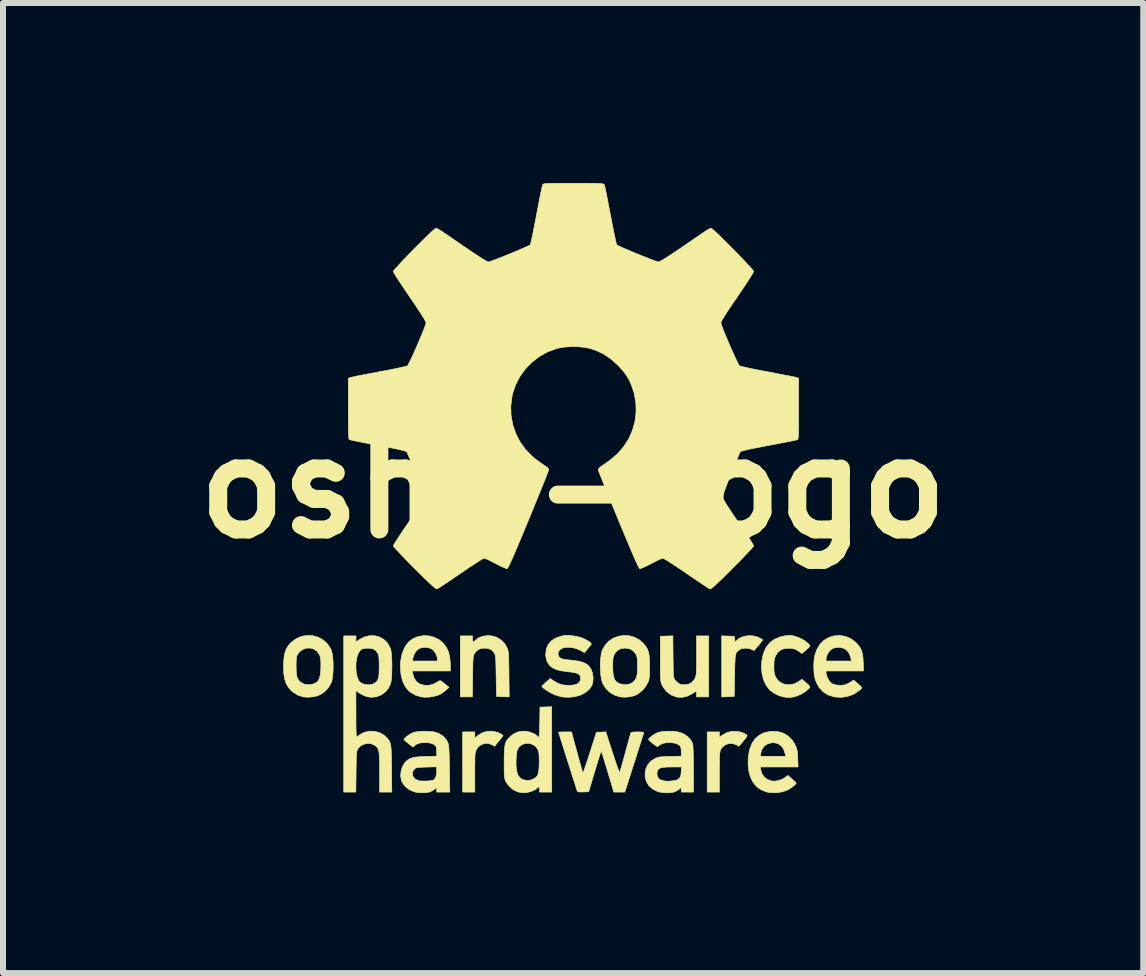
<source format=kicad_pcb>
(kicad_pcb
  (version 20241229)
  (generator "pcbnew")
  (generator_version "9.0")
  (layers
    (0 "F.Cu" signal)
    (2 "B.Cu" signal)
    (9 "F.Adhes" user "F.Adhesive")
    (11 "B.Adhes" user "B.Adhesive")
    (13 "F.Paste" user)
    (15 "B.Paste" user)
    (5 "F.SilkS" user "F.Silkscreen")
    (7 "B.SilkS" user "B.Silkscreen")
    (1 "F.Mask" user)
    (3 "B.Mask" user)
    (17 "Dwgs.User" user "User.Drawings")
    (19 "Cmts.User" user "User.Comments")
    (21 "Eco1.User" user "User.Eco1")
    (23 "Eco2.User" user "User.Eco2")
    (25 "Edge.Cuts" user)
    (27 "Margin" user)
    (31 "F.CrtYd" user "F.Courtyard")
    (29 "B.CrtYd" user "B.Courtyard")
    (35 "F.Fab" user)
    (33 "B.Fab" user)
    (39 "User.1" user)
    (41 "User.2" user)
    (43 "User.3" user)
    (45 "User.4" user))
  (footprint "oshw-logo"
    (layer "F.Cu")
    (at 6.502 5.085)
    (property "Reference" "oshw-logo" (at 0 0 0) (layer "F.SilkS") (effects (font (size 1.524 1.524) (thickness 0.3))))
    (attr through_hole)
    (fp_poly (pts (xy 2.821 4.074) (xy 2.894 4.113) (xy 2.9 4.122) (xy 2.894 4.14) (xy 2.875 4.169) (xy 2.84 4.212) (xy 2.839 4.214) (xy 2.765 4.303) (xy 2.716 4.277) (xy 2.652 4.257) (xy 2.588 4.26) (xy 2.529 4.283) (xy 2.481 4.326) (xy 2.461 4.357) (xy 2.454 4.373) (xy 2.449 4.393) (xy 2.445 4.42) (xy 2.442 4.458) (xy 2.44 4.51) (xy 2.439 4.579) (xy 2.438 4.667) (xy 2.438 4.734) (xy 2.438 5.067) (xy 2.235 5.067) (xy 2.235 4.064) (xy 2.438 4.064) (xy 2.438 4.154) (xy 2.483 4.12) (xy 2.56 4.077) (xy 2.646 4.054) (xy 2.735 4.054) (xy 2.821 4.074)) (stroke (width 0.01) (type solid)) (fill yes) (layer "F.SilkS"))
    (fp_poly (pts (xy -1.262 4.071) (xy -1.235 4.083) (xy -1.199 4.101) (xy -1.175 4.117) (xy -1.168 4.124) (xy -1.176 4.138) (xy -1.196 4.166) (xy -1.226 4.203) (xy -1.239 4.219) (xy -1.309 4.304) (xy -1.35 4.279) (xy -1.41 4.257) (xy -1.472 4.256) (xy -1.531 4.276) (xy -1.581 4.315) (xy -1.61 4.356) (xy -1.618 4.374) (xy -1.625 4.392) (xy -1.63 4.414) (xy -1.634 4.443) (xy -1.636 4.482) (xy -1.637 4.535) (xy -1.638 4.606) (xy -1.638 4.696) (xy -1.638 4.74) (xy -1.638 5.067) (xy -1.841 5.067) (xy -1.841 4.064) (xy -1.638 4.064) (xy -1.638 4.168) (xy -1.588 4.124) (xy -1.516 4.079) (xy -1.435 4.055) (xy -1.348 4.052) (xy -1.262 4.071)) (stroke (width 0.01) (type solid)) (fill yes) (layer "F.SilkS"))
    (fp_poly (pts (xy 2.989 2.461) (xy 3.065 2.478) (xy 3.121 2.504) (xy 3.162 2.529) (xy 3.138 2.563) (xy 3.115 2.592) (xy 3.084 2.63) (xy 3.064 2.653) (xy 3.015 2.709) (xy 2.975 2.688) (xy 2.924 2.672) (xy 2.866 2.668) (xy 2.811 2.676) (xy 2.777 2.691) (xy 2.755 2.706) (xy 2.738 2.721) (xy 2.724 2.738) (xy 2.714 2.761) (xy 2.707 2.793) (xy 2.701 2.837) (xy 2.698 2.896) (xy 2.695 2.973) (xy 2.693 3.07) (xy 2.692 3.124) (xy 2.686 3.473) (xy 2.581 3.477) (xy 2.477 3.481) (xy 2.477 2.463) (xy 2.686 2.47) (xy 2.692 2.52) (xy 2.697 2.55) (xy 2.704 2.559) (xy 2.714 2.551) (xy 2.716 2.549) (xy 2.767 2.505) (xy 2.834 2.476) (xy 2.91 2.461) (xy 2.989 2.461)) (stroke (width 0.01) (type solid)) (fill yes) (layer "F.SilkS"))
    (fp_poly (pts (xy 1.666 2.812) (xy 1.668 2.915) (xy 1.669 2.997) (xy 1.67 3.059) (xy 1.673 3.105) (xy 1.676 3.138) (xy 1.68 3.161) (xy 1.685 3.177) (xy 1.692 3.189) (xy 1.696 3.196) (xy 1.739 3.243) (xy 1.785 3.269) (xy 1.842 3.278) (xy 1.852 3.279) (xy 1.922 3.27) (xy 1.977 3.242) (xy 2.019 3.192) (xy 2.029 3.175) (xy 2.038 3.157) (xy 2.044 3.139) (xy 2.049 3.117) (xy 2.053 3.088) (xy 2.055 3.049) (xy 2.057 2.996) (xy 2.057 2.926) (xy 2.057 2.835) (xy 2.057 2.791) (xy 2.057 2.464) (xy 2.261 2.464) (xy 2.261 3.48) (xy 2.057 3.48) (xy 2.057 3.38) (xy 1.994 3.422) (xy 1.911 3.466) (xy 1.825 3.487) (xy 1.74 3.485) (xy 1.721 3.481) (xy 1.633 3.447) (xy 1.559 3.392) (xy 1.502 3.319) (xy 1.483 3.283) (xy 1.475 3.264) (xy 1.468 3.245) (xy 1.463 3.224) (xy 1.46 3.196) (xy 1.457 3.16) (xy 1.456 3.111) (xy 1.455 3.046) (xy 1.454 2.963) (xy 1.454 2.858) (xy 1.454 2.845) (xy 1.454 2.47) (xy 1.558 2.466) (xy 1.663 2.463) (xy 1.666 2.812)) (stroke (width 0.01) (type solid)) (fill yes) (layer "F.SilkS"))
    (fp_poly (pts (xy -1.352 2.464) (xy -1.28 2.485) (xy -1.264 2.492) (xy -1.193 2.538) (xy -1.14 2.594) (xy -1.102 2.661) (xy -1.094 2.68) (xy -1.087 2.699) (xy -1.082 2.721) (xy -1.078 2.75) (xy -1.075 2.788) (xy -1.073 2.838) (xy -1.072 2.905) (xy -1.07 2.99) (xy -1.069 3.097) (xy -1.069 3.103) (xy -1.065 3.481) (xy -1.171 3.477) (xy -1.276 3.473) (xy -1.283 3.131) (xy -1.285 3.027) (xy -1.287 2.945) (xy -1.289 2.883) (xy -1.292 2.836) (xy -1.296 2.803) (xy -1.3 2.779) (xy -1.306 2.761) (xy -1.313 2.748) (xy -1.353 2.702) (xy -1.407 2.675) (xy -1.473 2.667) (xy -1.541 2.675) (xy -1.593 2.699) (xy -1.635 2.744) (xy -1.64 2.752) (xy -1.649 2.768) (xy -1.656 2.783) (xy -1.662 2.802) (xy -1.665 2.828) (xy -1.668 2.864) (xy -1.67 2.914) (xy -1.672 2.98) (xy -1.673 3.066) (xy -1.674 3.14) (xy -1.678 3.48) (xy -1.88 3.48) (xy -1.88 2.464) (xy -1.676 2.464) (xy -1.676 2.515) (xy -1.674 2.551) (xy -1.664 2.563) (xy -1.645 2.553) (xy -1.626 2.534) (xy -1.573 2.495) (xy -1.506 2.47) (xy -1.43 2.459) (xy -1.352 2.464)) (stroke (width 0.01) (type solid)) (fill yes) (layer "F.SilkS"))
    (fp_poly (pts (xy -2.402 2.463) (xy -2.312 2.487) (xy -2.229 2.53) (xy -2.174 2.576) (xy -2.12 2.642) (xy -2.081 2.719) (xy -2.057 2.81) (xy -2.046 2.919) (xy -2.045 2.969) (xy -2.045 3.048) (xy -2.681 3.048) (xy -2.672 3.096) (xy -2.649 3.168) (xy -2.61 3.226) (xy -2.559 3.264) (xy -2.485 3.286) (xy -2.405 3.287) (xy -2.324 3.266) (xy -2.247 3.225) (xy -2.241 3.22) (xy -2.226 3.211) (xy -2.211 3.211) (xy -2.191 3.223) (xy -2.159 3.247) (xy -2.142 3.261) (xy -2.069 3.321) (xy -2.127 3.374) (xy -2.172 3.409) (xy -2.223 3.439) (xy -2.252 3.452) (xy -2.323 3.472) (xy -2.403 3.484) (xy -2.482 3.486) (xy -2.538 3.479) (xy -2.626 3.451) (xy -2.705 3.407) (xy -2.752 3.367) (xy -2.805 3.297) (xy -2.844 3.21) (xy -2.868 3.111) (xy -2.879 3.007) (xy -2.876 2.9) (xy -2.873 2.883) (xy -2.679 2.883) (xy -2.261 2.883) (xy -2.261 2.847) (xy -2.271 2.798) (xy -2.296 2.746) (xy -2.332 2.701) (xy -2.362 2.678) (xy -2.421 2.658) (xy -2.486 2.655) (xy -2.547 2.667) (xy -2.579 2.683) (xy -2.625 2.727) (xy -2.658 2.79) (xy -2.672 2.842) (xy -2.679 2.883) (xy -2.873 2.883) (xy -2.859 2.796) (xy -2.828 2.7) (xy -2.784 2.617) (xy -2.742 2.566) (xy -2.669 2.51) (xy -2.585 2.475) (xy -2.495 2.459) (xy -2.402 2.463)) (stroke (width 0.01) (type solid)) (fill yes) (layer "F.SilkS"))
    (fp_poly (pts (xy 3.41 4.058) (xy 3.504 4.085) (xy 3.585 4.133) (xy 3.653 4.202) (xy 3.697 4.274) (xy 3.716 4.314) (xy 3.728 4.348) (xy 3.736 4.385) (xy 3.741 4.431) (xy 3.744 4.493) (xy 3.744 4.504) (xy 3.75 4.648) (xy 3.121 4.648) (xy 3.128 4.701) (xy 3.149 4.766) (xy 3.19 4.82) (xy 3.247 4.861) (xy 3.315 4.883) (xy 3.371 4.884) (xy 3.435 4.871) (xy 3.497 4.847) (xy 3.541 4.82) (xy 3.578 4.789) (xy 3.646 4.847) (xy 3.681 4.877) (xy 3.706 4.901) (xy 3.718 4.914) (xy 3.718 4.915) (xy 3.712 4.93) (xy 3.689 4.954) (xy 3.653 4.981) (xy 3.612 5.01) (xy 3.569 5.034) (xy 3.557 5.04) (xy 3.493 5.061) (xy 3.417 5.074) (xy 3.338 5.078) (xy 3.264 5.073) (xy 3.219 5.063) (xy 3.138 5.03) (xy 3.074 4.988) (xy 3.022 4.933) (xy 2.991 4.889) (xy 2.954 4.81) (xy 2.928 4.714) (xy 2.916 4.607) (xy 2.919 4.494) (xy 2.921 4.472) (xy 2.921 4.47) (xy 3.121 4.47) (xy 3.543 4.47) (xy 3.535 4.429) (xy 3.51 4.354) (xy 3.47 4.297) (xy 3.416 4.26) (xy 3.35 4.244) (xy 3.312 4.245) (xy 3.242 4.263) (xy 3.186 4.301) (xy 3.147 4.355) (xy 3.128 4.418) (xy 3.121 4.47) (xy 2.921 4.47) (xy 2.943 4.355) (xy 2.982 4.256) (xy 3.037 4.176) (xy 3.108 4.115) (xy 3.192 4.075) (xy 3.291 4.055) (xy 3.304 4.054) (xy 3.41 4.058)) (stroke (width 0.01) (type solid)) (fill yes) (layer "F.SilkS"))
    (fp_poly (pts (xy 4.543 2.473) (xy 4.634 2.514) (xy 4.71 2.571) (xy 4.758 2.623) (xy 4.793 2.676) (xy 4.816 2.738) (xy 4.83 2.813) (xy 4.836 2.905) (xy 4.841 3.048) (xy 4.216 3.048) (xy 4.216 3.083) (xy 4.225 3.127) (xy 4.247 3.177) (xy 4.277 3.224) (xy 4.308 3.256) (xy 4.348 3.274) (xy 4.403 3.285) (xy 4.463 3.288) (xy 4.518 3.282) (xy 4.538 3.277) (xy 4.579 3.26) (xy 4.622 3.236) (xy 4.629 3.231) (xy 4.675 3.2) (xy 4.744 3.259) (xy 4.778 3.289) (xy 4.803 3.314) (xy 4.813 3.328) (xy 4.813 3.328) (xy 4.804 3.342) (xy 4.782 3.364) (xy 4.768 3.375) (xy 4.676 3.435) (xy 4.574 3.473) (xy 4.465 3.489) (xy 4.356 3.481) (xy 4.35 3.479) (xy 4.251 3.448) (xy 4.169 3.396) (xy 4.102 3.325) (xy 4.053 3.236) (xy 4.027 3.157) (xy 4.018 3.103) (xy 4.013 3.033) (xy 4.012 2.957) (xy 4.015 2.884) (xy 4.019 2.847) (xy 4.216 2.847) (xy 4.216 2.883) (xy 4.638 2.883) (xy 4.63 2.835) (xy 4.606 2.762) (xy 4.565 2.707) (xy 4.509 2.67) (xy 4.441 2.655) (xy 4.427 2.654) (xy 4.369 2.66) (xy 4.32 2.677) (xy 4.318 2.678) (xy 4.279 2.71) (xy 4.245 2.757) (xy 4.223 2.809) (xy 4.216 2.847) (xy 4.019 2.847) (xy 4.021 2.823) (xy 4.024 2.807) (xy 4.059 2.699) (xy 4.11 2.61) (xy 4.177 2.541) (xy 4.259 2.491) (xy 4.346 2.464) (xy 4.446 2.456) (xy 4.543 2.473)) (stroke (width 0.01) (type solid)) (fill yes) (layer "F.SilkS"))
    (fp_poly (pts (xy 3.627 2.456) (xy 3.675 2.464) (xy 3.696 2.469) (xy 3.778 2.499) (xy 3.856 2.541) (xy 3.918 2.591) (xy 3.924 2.597) (xy 3.943 2.619) (xy 3.946 2.634) (xy 3.933 2.651) (xy 3.93 2.656) (xy 3.904 2.68) (xy 3.87 2.71) (xy 3.859 2.72) (xy 3.812 2.757) (xy 3.753 2.715) (xy 3.715 2.691) (xy 3.678 2.678) (xy 3.632 2.671) (xy 3.609 2.67) (xy 3.528 2.673) (xy 3.464 2.695) (xy 3.413 2.737) (xy 3.379 2.788) (xy 3.364 2.823) (xy 3.354 2.857) (xy 3.349 2.898) (xy 3.348 2.954) (xy 3.347 2.972) (xy 3.348 3.034) (xy 3.353 3.079) (xy 3.361 3.115) (xy 3.375 3.149) (xy 3.377 3.153) (xy 3.418 3.21) (xy 3.474 3.251) (xy 3.541 3.274) (xy 3.613 3.278) (xy 3.686 3.263) (xy 3.755 3.228) (xy 3.765 3.221) (xy 3.811 3.186) (xy 3.858 3.224) (xy 3.892 3.253) (xy 3.922 3.28) (xy 3.929 3.288) (xy 3.946 3.308) (xy 3.945 3.323) (xy 3.929 3.342) (xy 3.879 3.386) (xy 3.813 3.428) (xy 3.742 3.461) (xy 3.718 3.469) (xy 3.661 3.484) (xy 3.609 3.49) (xy 3.553 3.487) (xy 3.504 3.48) (xy 3.427 3.457) (xy 3.35 3.418) (xy 3.282 3.369) (xy 3.269 3.356) (xy 3.215 3.284) (xy 3.174 3.194) (xy 3.148 3.091) (xy 3.139 2.98) (xy 3.147 2.869) (xy 3.173 2.754) (xy 3.216 2.658) (xy 3.277 2.58) (xy 3.354 2.521) (xy 3.45 2.481) (xy 3.527 2.463) (xy 3.582 2.455) (xy 3.627 2.456)) (stroke (width 0.01) (type solid)) (fill yes) (layer "F.SilkS"))
    (fp_poly (pts (xy -4.343 2.46) (xy -4.256 2.483) (xy -4.175 2.525) (xy -4.105 2.585) (xy -4.05 2.661) (xy -4.031 2.701) (xy -4.016 2.752) (xy -4.006 2.822) (xy -4 2.904) (xy -3.999 2.991) (xy -4.002 3.077) (xy -4.01 3.155) (xy -4.022 3.217) (xy -4.031 3.244) (xy -4.077 3.324) (xy -4.14 3.392) (xy -4.215 3.443) (xy -4.267 3.464) (xy -4.343 3.48) (xy -4.425 3.486) (xy -4.497 3.48) (xy -4.588 3.451) (xy -4.672 3.399) (xy -4.703 3.37) (xy -4.75 3.315) (xy -4.785 3.253) (xy -4.808 3.179) (xy -4.822 3.089) (xy -4.826 2.98) (xy -4.826 2.972) (xy -4.616 2.972) (xy -4.615 3.054) (xy -4.609 3.115) (xy -4.598 3.161) (xy -4.579 3.197) (xy -4.552 3.226) (xy -4.532 3.242) (xy -4.476 3.269) (xy -4.41 3.278) (xy -4.343 3.27) (xy -4.282 3.243) (xy -4.282 3.243) (xy -4.25 3.213) (xy -4.227 3.17) (xy -4.213 3.11) (xy -4.205 3.031) (xy -4.204 2.971) (xy -4.204 2.905) (xy -4.207 2.857) (xy -4.212 2.822) (xy -4.221 2.794) (xy -4.232 2.769) (xy -4.272 2.716) (xy -4.324 2.682) (xy -4.384 2.666) (xy -4.446 2.668) (xy -4.506 2.689) (xy -4.559 2.728) (xy -4.59 2.769) (xy -4.602 2.791) (xy -4.609 2.816) (xy -4.614 2.85) (xy -4.616 2.897) (xy -4.616 2.964) (xy -4.616 2.972) (xy -4.826 2.972) (xy -4.822 2.863) (xy -4.811 2.775) (xy -4.79 2.702) (xy -4.757 2.641) (xy -4.713 2.586) (xy -4.693 2.567) (xy -4.613 2.509) (xy -4.526 2.472) (xy -4.435 2.456) (xy -4.343 2.46)) (stroke (width 0.01) (type solid)) (fill yes) (layer "F.SilkS"))
    (fp_poly (pts (xy 0.938 2.462) (xy 1.026 2.487) (xy 1.108 2.533) (xy 1.173 2.592) (xy 1.21 2.636) (xy 1.237 2.68) (xy 1.255 2.729) (xy 1.267 2.787) (xy 1.274 2.859) (xy 1.276 2.951) (xy 1.276 2.978) (xy 1.275 3.055) (xy 1.274 3.112) (xy 1.27 3.155) (xy 1.264 3.189) (xy 1.255 3.22) (xy 1.247 3.24) (xy 1.209 3.307) (xy 1.155 3.371) (xy 1.09 3.425) (xy 1.038 3.454) (xy 0.967 3.475) (xy 0.886 3.485) (xy 0.805 3.483) (xy 0.785 3.48) (xy 0.691 3.451) (xy 0.608 3.401) (xy 0.54 3.333) (xy 0.494 3.256) (xy 0.475 3.198) (xy 0.462 3.122) (xy 0.455 3.034) (xy 0.454 2.971) (xy 0.661 2.971) (xy 0.664 3.064) (xy 0.673 3.135) (xy 0.691 3.188) (xy 0.718 3.226) (xy 0.757 3.252) (xy 0.809 3.27) (xy 0.81 3.27) (xy 0.884 3.278) (xy 0.951 3.263) (xy 0.99 3.241) (xy 1.022 3.213) (xy 1.045 3.181) (xy 1.06 3.142) (xy 1.069 3.089) (xy 1.073 3.018) (xy 1.073 2.972) (xy 1.073 2.903) (xy 1.071 2.854) (xy 1.066 2.819) (xy 1.059 2.793) (xy 1.048 2.771) (xy 1.047 2.769) (xy 1.001 2.713) (xy 0.943 2.679) (xy 0.873 2.667) (xy 0.871 2.667) (xy 0.798 2.676) (xy 0.74 2.705) (xy 0.697 2.754) (xy 0.689 2.769) (xy 0.676 2.797) (xy 0.668 2.826) (xy 0.663 2.862) (xy 0.661 2.911) (xy 0.661 2.971) (xy 0.454 2.971) (xy 0.454 2.943) (xy 0.458 2.853) (xy 0.468 2.773) (xy 0.484 2.709) (xy 0.489 2.697) (xy 0.536 2.615) (xy 0.599 2.549) (xy 0.674 2.5) (xy 0.759 2.469) (xy 0.848 2.456) (xy 0.938 2.462)) (stroke (width 0.01) (type solid)) (fill yes) (layer "F.SilkS"))
    (fp_poly (pts (xy -0.356 5.067) (xy -0.559 5.067) (xy -0.559 5.023) (xy -0.562 4.99) (xy -0.573 4.98) (xy -0.594 4.994) (xy -0.603 5.004) (xy -0.636 5.028) (xy -0.686 5.051) (xy -0.743 5.068) (xy -0.799 5.078) (xy -0.823 5.079) (xy -0.873 5.074) (xy -0.924 5.063) (xy -0.935 5.059) (xy -1.002 5.024) (xy -1.064 4.971) (xy -1.112 4.908) (xy -1.12 4.893) (xy -1.13 4.871) (xy -1.137 4.85) (xy -1.142 4.825) (xy -1.146 4.793) (xy -1.148 4.749) (xy -1.149 4.689) (xy -1.149 4.627) (xy -0.951 4.627) (xy -0.941 4.712) (xy -0.922 4.777) (xy -0.891 4.824) (xy -0.849 4.854) (xy -0.836 4.86) (xy -0.769 4.874) (xy -0.707 4.867) (xy -0.666 4.851) (xy -0.629 4.829) (xy -0.602 4.803) (xy -0.584 4.768) (xy -0.573 4.72) (xy -0.567 4.655) (xy -0.565 4.569) (xy -0.565 4.566) (xy -0.566 4.495) (xy -0.568 4.443) (xy -0.572 4.406) (xy -0.579 4.378) (xy -0.59 4.353) (xy -0.591 4.35) (xy -0.629 4.301) (xy -0.68 4.27) (xy -0.738 4.255) (xy -0.798 4.257) (xy -0.854 4.277) (xy -0.9 4.314) (xy -0.922 4.346) (xy -0.936 4.386) (xy -0.945 4.447) (xy -0.95 4.519) (xy -0.951 4.627) (xy -1.149 4.627) (xy -1.149 4.609) (xy -1.149 4.572) (xy -1.149 4.468) (xy -1.146 4.386) (xy -1.141 4.322) (xy -1.132 4.271) (xy -1.119 4.231) (xy -1.1 4.198) (xy -1.074 4.168) (xy -1.042 4.137) (xy -0.978 4.089) (xy -0.91 4.062) (xy -0.83 4.052) (xy -0.811 4.051) (xy -0.756 4.058) (xy -0.697 4.075) (xy -0.643 4.098) (xy -0.604 4.126) (xy -0.599 4.132) (xy -0.58 4.149) (xy -0.57 4.153) (xy -0.567 4.141) (xy -0.563 4.107) (xy -0.56 4.056) (xy -0.558 3.991) (xy -0.556 3.915) (xy -0.556 3.902) (xy -0.552 3.651) (xy -0.454 3.648) (xy -0.356 3.644) (xy -0.356 5.067)) (stroke (width 0.01) (type solid)) (fill yes) (layer "F.SilkS"))
    (fp_poly (pts (xy -0.022 2.46) (xy 0.05 2.471) (xy 0.117 2.486) (xy 0.163 2.503) (xy 0.212 2.526) (xy 0.255 2.551) (xy 0.287 2.574) (xy 0.304 2.592) (xy 0.305 2.595) (xy 0.297 2.609) (xy 0.277 2.637) (xy 0.248 2.672) (xy 0.247 2.674) (xy 0.188 2.742) (xy 0.118 2.702) (xy 0.055 2.676) (xy -0.016 2.659) (xy -0.087 2.653) (xy -0.15 2.659) (xy -0.189 2.672) (xy -0.228 2.703) (xy -0.249 2.742) (xy -0.25 2.782) (xy -0.231 2.818) (xy -0.204 2.838) (xy -0.173 2.849) (xy -0.126 2.858) (xy -0.074 2.864) (xy -0.074 2.864) (xy 0.032 2.875) (xy 0.115 2.89) (xy 0.18 2.911) (xy 0.231 2.938) (xy 0.27 2.975) (xy 0.3 3.021) (xy 0.303 3.026) (xy 0.325 3.091) (xy 0.334 3.165) (xy 0.329 3.237) (xy 0.311 3.293) (xy 0.268 3.356) (xy 0.205 3.408) (xy 0.126 3.449) (xy 0.036 3.475) (xy -0.063 3.487) (xy -0.165 3.483) (xy -0.191 3.479) (xy -0.24 3.466) (xy -0.298 3.447) (xy -0.341 3.429) (xy -0.387 3.405) (xy -0.434 3.377) (xy -0.475 3.349) (xy -0.506 3.324) (xy -0.52 3.307) (xy -0.521 3.304) (xy -0.512 3.292) (xy -0.488 3.269) (xy -0.455 3.238) (xy -0.451 3.235) (xy -0.381 3.174) (xy -0.324 3.213) (xy -0.247 3.257) (xy -0.168 3.281) (xy -0.078 3.289) (xy -0.074 3.289) (xy 0.008 3.283) (xy 0.068 3.265) (xy 0.107 3.235) (xy 0.124 3.192) (xy 0.125 3.16) (xy 0.117 3.129) (xy 0.099 3.105) (xy 0.067 3.088) (xy 0.018 3.075) (xy -0.052 3.065) (xy -0.088 3.061) (xy -0.192 3.047) (xy -0.274 3.027) (xy -0.337 2.999) (xy -0.385 2.962) (xy -0.421 2.913) (xy -0.433 2.889) (xy -0.448 2.844) (xy -0.456 2.792) (xy -0.457 2.776) (xy -0.447 2.686) (xy -0.416 2.609) (xy -0.364 2.548) (xy -0.292 2.501) (xy -0.199 2.468) (xy -0.144 2.457) (xy -0.09 2.455) (xy -0.022 2.46)) (stroke (width 0.01) (type solid)) (fill yes) (layer "F.SilkS"))
    (fp_poly (pts (xy -2.438 4.054) (xy -2.372 4.057) (xy -2.323 4.063) (xy -2.285 4.072) (xy -2.249 4.086) (xy -2.23 4.094) (xy -2.16 4.14) (xy -2.11 4.198) (xy -2.082 4.255) (xy -2.077 4.278) (xy -2.072 4.318) (xy -2.068 4.376) (xy -2.065 4.454) (xy -2.063 4.554) (xy -2.06 4.677) (xy -2.06 4.683) (xy -2.055 5.067) (xy -2.273 5.067) (xy -2.273 4.989) (xy -2.312 5.021) (xy -2.351 5.047) (xy -2.395 5.066) (xy -2.398 5.067) (xy -2.457 5.076) (xy -2.528 5.078) (xy -2.599 5.073) (xy -2.65 5.062) (xy -2.732 5.025) (xy -2.799 4.973) (xy -2.846 4.908) (xy -2.863 4.867) (xy -2.874 4.797) (xy -2.872 4.769) (xy -2.679 4.769) (xy -2.665 4.812) (xy -2.634 4.849) (xy -2.587 4.873) (xy -2.571 4.878) (xy -2.532 4.882) (xy -2.48 4.883) (xy -2.424 4.882) (xy -2.373 4.877) (xy -2.337 4.871) (xy -2.331 4.869) (xy -2.304 4.846) (xy -2.285 4.803) (xy -2.274 4.747) (xy -2.273 4.718) (xy -2.273 4.646) (xy -2.444 4.65) (xy -2.513 4.652) (xy -2.562 4.655) (xy -2.595 4.659) (xy -2.617 4.665) (xy -2.634 4.674) (xy -2.647 4.685) (xy -2.674 4.725) (xy -2.679 4.769) (xy -2.872 4.769) (xy -2.867 4.72) (xy -2.845 4.646) (xy -2.809 4.583) (xy -2.786 4.557) (xy -2.752 4.528) (xy -2.716 4.508) (xy -2.673 4.493) (xy -2.618 4.483) (xy -2.548 4.477) (xy -2.461 4.473) (xy -2.273 4.468) (xy -2.273 4.398) (xy -2.276 4.354) (xy -2.282 4.317) (xy -2.287 4.303) (xy -2.315 4.275) (xy -2.363 4.254) (xy -2.424 4.243) (xy -2.455 4.242) (xy -2.526 4.245) (xy -2.578 4.255) (xy -2.617 4.273) (xy -2.635 4.288) (xy -2.668 4.317) (xy -2.744 4.259) (xy -2.78 4.229) (xy -2.807 4.205) (xy -2.819 4.191) (xy -2.819 4.19) (xy -2.811 4.177) (xy -2.788 4.154) (xy -2.766 4.134) (xy -2.712 4.097) (xy -2.652 4.071) (xy -2.58 4.057) (xy -2.491 4.053) (xy -2.438 4.054)) (stroke (width 0.01) (type solid)) (fill yes) (layer "F.SilkS"))
    (fp_poly (pts (xy 1.661 4.054) (xy 1.741 4.063) (xy 1.783 4.073) (xy 1.851 4.101) (xy 1.912 4.144) (xy 1.96 4.197) (xy 1.99 4.253) (xy 1.993 4.261) (xy 1.997 4.29) (xy 2 4.343) (xy 2.003 4.416) (xy 2.005 4.509) (xy 2.006 4.619) (xy 2.007 4.689) (xy 2.007 5.067) (xy 1.803 5.067) (xy 1.803 4.989) (xy 1.765 5.021) (xy 1.726 5.047) (xy 1.682 5.066) (xy 1.679 5.067) (xy 1.617 5.077) (xy 1.543 5.079) (xy 1.469 5.072) (xy 1.407 5.058) (xy 1.406 5.057) (xy 1.326 5.016) (xy 1.263 4.96) (xy 1.221 4.891) (xy 1.2 4.812) (xy 1.201 4.766) (xy 1.397 4.766) (xy 1.408 4.815) (xy 1.437 4.852) (xy 1.476 4.87) (xy 1.511 4.878) (xy 1.53 4.882) (xy 1.567 4.886) (xy 1.617 4.884) (xy 1.669 4.878) (xy 1.716 4.87) (xy 1.747 4.858) (xy 1.749 4.857) (xy 1.78 4.826) (xy 1.797 4.781) (xy 1.803 4.716) (xy 1.803 4.711) (xy 1.803 4.648) (xy 1.644 4.648) (xy 1.557 4.65) (xy 1.493 4.656) (xy 1.448 4.668) (xy 1.419 4.688) (xy 1.404 4.717) (xy 1.398 4.755) (xy 1.397 4.766) (xy 1.201 4.766) (xy 1.202 4.727) (xy 1.211 4.684) (xy 1.246 4.609) (xy 1.301 4.547) (xy 1.372 4.504) (xy 1.399 4.493) (xy 1.43 4.485) (xy 1.469 4.479) (xy 1.523 4.476) (xy 1.595 4.473) (xy 1.616 4.473) (xy 1.803 4.468) (xy 1.803 4.394) (xy 1.8 4.34) (xy 1.788 4.305) (xy 1.781 4.295) (xy 1.742 4.267) (xy 1.687 4.25) (xy 1.623 4.242) (xy 1.556 4.244) (xy 1.495 4.256) (xy 1.446 4.278) (xy 1.424 4.297) (xy 1.414 4.306) (xy 1.4 4.306) (xy 1.378 4.294) (xy 1.343 4.268) (xy 1.332 4.26) (xy 1.296 4.231) (xy 1.269 4.207) (xy 1.258 4.193) (xy 1.257 4.192) (xy 1.268 4.172) (xy 1.295 4.146) (xy 1.333 4.118) (xy 1.374 4.093) (xy 1.415 4.074) (xy 1.424 4.071) (xy 1.492 4.058) (xy 1.574 4.052) (xy 1.661 4.054)) (stroke (width 0.01) (type solid)) (fill yes) (layer "F.SilkS"))
    (fp_poly (pts (xy 0.656 4.406) (xy 0.685 4.494) (xy 0.711 4.573) (xy 0.735 4.64) (xy 0.754 4.692) (xy 0.768 4.727) (xy 0.775 4.74) (xy 0.776 4.74) (xy 0.781 4.726) (xy 0.792 4.69) (xy 0.808 4.637) (xy 0.827 4.569) (xy 0.849 4.49) (xy 0.87 4.413) (xy 0.893 4.327) (xy 0.915 4.248) (xy 0.933 4.181) (xy 0.948 4.128) (xy 0.958 4.093) (xy 0.962 4.08) (xy 0.976 4.071) (xy 1.012 4.066) (xy 1.071 4.064) (xy 1.076 4.064) (xy 1.131 4.065) (xy 1.163 4.068) (xy 1.177 4.074) (xy 1.178 4.08) (xy 1.172 4.097) (xy 1.16 4.133) (xy 1.143 4.186) (xy 1.123 4.251) (xy 1.1 4.324) (xy 1.099 4.324) (xy 1.071 4.413) (xy 1.038 4.518) (xy 1.003 4.627) (xy 0.969 4.734) (xy 0.944 4.81) (xy 0.862 5.067) (xy 0.679 5.067) (xy 0.578 4.73) (xy 0.552 4.642) (xy 0.527 4.562) (xy 0.506 4.493) (xy 0.488 4.439) (xy 0.476 4.403) (xy 0.47 4.388) (xy 0.47 4.388) (xy 0.464 4.398) (xy 0.452 4.43) (xy 0.436 4.48) (xy 0.415 4.545) (xy 0.391 4.623) (xy 0.365 4.709) (xy 0.361 4.722) (xy 0.26 5.061) (xy 0.168 5.065) (xy 0.115 5.065) (xy 0.083 5.061) (xy 0.07 5.053) (xy 0.07 5.052) (xy 0.063 5.032) (xy 0.05 4.992) (xy 0.032 4.935) (xy 0.009 4.864) (xy -0.017 4.783) (xy -0.045 4.694) (xy -0.075 4.6) (xy -0.105 4.506) (xy -0.134 4.413) (xy -0.162 4.325) (xy -0.187 4.246) (xy -0.209 4.177) (xy -0.225 4.124) (xy -0.237 4.087) (xy -0.241 4.072) (xy -0.241 4.071) (xy -0.23 4.068) (xy -0.198 4.065) (xy -0.153 4.064) (xy -0.134 4.064) (xy -0.027 4.064) (xy -0.015 4.105) (xy -0.009 4.129) (xy 0.003 4.173) (xy 0.019 4.234) (xy 0.039 4.307) (xy 0.062 4.39) (xy 0.077 4.448) (xy 0.1 4.531) (xy 0.121 4.606) (xy 0.139 4.668) (xy 0.153 4.715) (xy 0.162 4.743) (xy 0.165 4.749) (xy 0.17 4.738) (xy 0.182 4.705) (xy 0.2 4.654) (xy 0.222 4.588) (xy 0.248 4.51) (xy 0.276 4.424) (xy 0.28 4.41) (xy 0.389 4.07) (xy 0.467 4.067) (xy 0.545 4.063) (xy 0.656 4.406)) (stroke (width 0.01) (type solid)) (fill yes) (layer "F.SilkS"))
    (fp_poly (pts (xy -3.307 2.461) (xy -3.227 2.482) (xy -3.156 2.522) (xy -3.097 2.578) (xy -3.054 2.651) (xy -3.04 2.689) (xy -3.031 2.735) (xy -3.025 2.801) (xy -3.021 2.879) (xy -3.02 2.964) (xy -3.021 3.05) (xy -3.024 3.13) (xy -3.03 3.198) (xy -3.038 3.248) (xy -3.04 3.254) (xy -3.076 3.333) (xy -3.13 3.398) (xy -3.198 3.447) (xy -3.277 3.478) (xy -3.363 3.487) (xy -3.426 3.479) (xy -3.471 3.464) (xy -3.522 3.44) (xy -3.553 3.422) (xy -3.62 3.378) (xy -3.619 3.766) (xy -3.619 3.879) (xy -3.619 3.969) (xy -3.617 4.038) (xy -3.616 4.088) (xy -3.613 4.121) (xy -3.61 4.14) (xy -3.605 4.145) (xy -3.604 4.145) (xy -3.583 4.132) (xy -3.554 4.111) (xy -3.55 4.108) (xy -3.477 4.07) (xy -3.395 4.052) (xy -3.311 4.054) (xy -3.229 4.075) (xy -3.157 4.115) (xy -3.126 4.141) (xy -3.1 4.168) (xy -3.08 4.191) (xy -3.063 4.215) (xy -3.051 4.243) (xy -3.042 4.278) (xy -3.035 4.322) (xy -3.031 4.379) (xy -3.028 4.451) (xy -3.027 4.543) (xy -3.025 4.656) (xy -3.025 4.677) (xy -3.022 5.067) (xy -3.226 5.067) (xy -3.226 4.734) (xy -3.226 4.624) (xy -3.227 4.536) (xy -3.23 4.467) (xy -3.234 4.415) (xy -3.241 4.375) (xy -3.251 4.346) (xy -3.265 4.324) (xy -3.283 4.305) (xy -3.304 4.289) (xy -3.359 4.263) (xy -3.422 4.256) (xy -3.485 4.268) (xy -3.541 4.296) (xy -3.584 4.34) (xy -3.585 4.342) (xy -3.593 4.357) (xy -3.6 4.373) (xy -3.605 4.392) (xy -3.609 4.42) (xy -3.612 4.458) (xy -3.614 4.509) (xy -3.615 4.578) (xy -3.616 4.667) (xy -3.617 4.728) (xy -3.621 5.067) (xy -3.823 5.067) (xy -3.823 2.998) (xy -3.62 2.998) (xy -3.614 3.079) (xy -3.598 3.151) (xy -3.573 3.209) (xy -3.561 3.226) (xy -3.519 3.257) (xy -3.463 3.275) (xy -3.401 3.279) (xy -3.341 3.268) (xy -3.307 3.251) (xy -3.279 3.23) (xy -3.259 3.204) (xy -3.245 3.17) (xy -3.237 3.122) (xy -3.233 3.056) (xy -3.232 2.978) (xy -3.233 2.902) (xy -3.235 2.847) (xy -3.239 2.807) (xy -3.245 2.778) (xy -3.255 2.754) (xy -3.288 2.708) (xy -3.334 2.68) (xy -3.396 2.669) (xy -3.442 2.669) (xy -3.488 2.674) (xy -3.517 2.682) (xy -3.54 2.698) (xy -3.558 2.718) (xy -3.587 2.768) (xy -3.607 2.836) (xy -3.618 2.915) (xy -3.62 2.998) (xy -3.823 2.998) (xy -3.823 2.464) (xy -3.619 2.464) (xy -3.619 2.514) (xy -3.62 2.564) (xy -3.556 2.521) (xy -3.475 2.48) (xy -3.39 2.46) (xy -3.307 2.461)) (stroke (width 0.01) (type solid)) (fill yes) (layer "F.SilkS"))
    (fp_poly (pts (xy 0.132 -5.08) (xy 0.235 -5.08) (xy 0.318 -5.079) (xy 0.382 -5.078) (xy 0.43 -5.077) (xy 0.465 -5.075) (xy 0.489 -5.072) (xy 0.504 -5.069) (xy 0.513 -5.064) (xy 0.519 -5.058) (xy 0.52 -5.055) (xy 0.526 -5.038) (xy 0.535 -4.998) (xy 0.547 -4.939) (xy 0.563 -4.864) (xy 0.58 -4.775) (xy 0.599 -4.675) (xy 0.62 -4.568) (xy 0.623 -4.551) (xy 0.644 -4.443) (xy 0.663 -4.343) (xy 0.681 -4.253) (xy 0.698 -4.177) (xy 0.711 -4.116) (xy 0.722 -4.075) (xy 0.728 -4.055) (xy 0.729 -4.054) (xy 0.746 -4.044) (xy 0.782 -4.026) (xy 0.835 -4.002) (xy 0.901 -3.974) (xy 0.975 -3.943) (xy 1.053 -3.91) (xy 1.133 -3.878) (xy 1.21 -3.847) (xy 1.281 -3.819) (xy 1.342 -3.796) (xy 1.388 -3.779) (xy 1.417 -3.771) (xy 1.423 -3.769) (xy 1.441 -3.775) (xy 1.475 -3.793) (xy 1.526 -3.823) (xy 1.594 -3.867) (xy 1.68 -3.924) (xy 1.786 -3.995) (xy 1.847 -4.037) (xy 1.954 -4.11) (xy 2.041 -4.17) (xy 2.112 -4.218) (xy 2.167 -4.256) (xy 2.21 -4.284) (xy 2.241 -4.304) (xy 2.264 -4.317) (xy 2.28 -4.325) (xy 2.291 -4.328) (xy 2.299 -4.328) (xy 2.306 -4.326) (xy 2.309 -4.325) (xy 2.325 -4.314) (xy 2.356 -4.287) (xy 2.399 -4.247) (xy 2.453 -4.196) (xy 2.513 -4.136) (xy 2.579 -4.07) (xy 2.648 -4.001) (xy 2.717 -3.931) (xy 2.784 -3.862) (xy 2.846 -3.797) (xy 2.902 -3.737) (xy 2.949 -3.687) (xy 2.984 -3.647) (xy 3.005 -3.621) (xy 3.01 -3.612) (xy 3.003 -3.596) (xy 2.983 -3.561) (xy 2.952 -3.511) (xy 2.911 -3.447) (xy 2.862 -3.372) (xy 2.806 -3.289) (xy 2.745 -3.199) (xy 2.737 -3.187) (xy 2.655 -3.067) (xy 2.587 -2.966) (xy 2.534 -2.884) (xy 2.496 -2.822) (xy 2.472 -2.779) (xy 2.464 -2.757) (xy 2.464 -2.757) (xy 2.469 -2.734) (xy 2.483 -2.693) (xy 2.504 -2.636) (xy 2.531 -2.568) (xy 2.563 -2.492) (xy 2.597 -2.412) (xy 2.632 -2.331) (xy 2.667 -2.253) (xy 2.699 -2.182) (xy 2.728 -2.121) (xy 2.752 -2.074) (xy 2.769 -2.045) (xy 2.775 -2.037) (xy 2.794 -2.031) (xy 2.834 -2.021) (xy 2.893 -2.008) (xy 2.968 -1.992) (xy 3.056 -1.974) (xy 3.154 -1.955) (xy 3.252 -1.937) (xy 3.356 -1.917) (xy 3.454 -1.898) (xy 3.542 -1.881) (xy 3.616 -1.867) (xy 3.675 -1.855) (xy 3.714 -1.846) (xy 3.731 -1.841) (xy 3.759 -1.829) (xy 3.759 -1.322) (xy 3.759 -1.195) (xy 3.759 -1.091) (xy 3.758 -1.008) (xy 3.757 -0.943) (xy 3.756 -0.894) (xy 3.754 -0.858) (xy 3.751 -0.834) (xy 3.748 -0.819) (xy 3.743 -0.811) (xy 3.738 -0.806) (xy 3.737 -0.806) (xy 3.72 -0.802) (xy 3.68 -0.793) (xy 3.622 -0.781) (xy 3.548 -0.766) (xy 3.46 -0.749) (xy 3.362 -0.73) (xy 3.258 -0.711) (xy 3.131 -0.686) (xy 3.027 -0.666) (xy 2.945 -0.649) (xy 2.881 -0.635) (xy 2.836 -0.623) (xy 2.806 -0.614) (xy 2.789 -0.606) (xy 2.786 -0.603) (xy 2.777 -0.586) (xy 2.761 -0.549) (xy 2.737 -0.494) (xy 2.709 -0.425) (xy 2.676 -0.345) (xy 2.64 -0.257) (xy 2.628 -0.227) (xy 2.582 -0.109) (xy 2.545 -0.013) (xy 2.518 0.061) (xy 2.501 0.115) (xy 2.493 0.15) (xy 2.492 0.162) (xy 2.5 0.18) (xy 2.522 0.217) (xy 2.554 0.269) (xy 2.596 0.334) (xy 2.646 0.409) (xy 2.701 0.492) (xy 2.754 0.569) (xy 2.813 0.656) (xy 2.868 0.737) (xy 2.916 0.809) (xy 2.956 0.87) (xy 2.986 0.918) (xy 3.004 0.95) (xy 3.01 0.963) (xy 3.001 0.976) (xy 2.976 1.006) (xy 2.937 1.049) (xy 2.886 1.103) (xy 2.824 1.168) (xy 2.754 1.239) (xy 2.677 1.317) (xy 2.657 1.337) (xy 2.565 1.429) (xy 2.489 1.504) (xy 2.427 1.563) (xy 2.379 1.609) (xy 2.342 1.642) (xy 2.315 1.664) (xy 2.296 1.677) (xy 2.284 1.681) (xy 2.279 1.681) (xy 2.263 1.672) (xy 2.229 1.65) (xy 2.179 1.617) (xy 2.115 1.575) (xy 2.042 1.525) (xy 1.96 1.47) (xy 1.887 1.42) (xy 1.801 1.361) (xy 1.72 1.307) (xy 1.648 1.26) (xy 1.587 1.221) (xy 1.539 1.191) (xy 1.508 1.173) (xy 1.495 1.168) (xy 1.476 1.174) (xy 1.439 1.19) (xy 1.389 1.214) (xy 1.33 1.244) (xy 1.304 1.258) (xy 1.243 1.289) (xy 1.189 1.315) (xy 1.146 1.334) (xy 1.119 1.343) (xy 1.113 1.343) (xy 1.106 1.338) (xy 1.096 1.321) (xy 1.08 1.292) (xy 1.06 1.249) (xy 1.034 1.192) (xy 1.001 1.118) (xy 0.962 1.027) (xy 0.916 0.917) (xy 0.861 0.786) (xy 0.798 0.635) (xy 0.754 0.529) (xy 0.698 0.393) (xy 0.645 0.263) (xy 0.595 0.142) (xy 0.55 0.031) (xy 0.511 -0.068) (xy 0.477 -0.152) (xy 0.45 -0.22) (xy 0.431 -0.27) (xy 0.421 -0.299) (xy 0.419 -0.306) (xy 0.43 -0.329) (xy 0.46 -0.357) (xy 0.473 -0.366) (xy 0.509 -0.39) (xy 0.557 -0.423) (xy 0.607 -0.459) (xy 0.618 -0.467) (xy 0.742 -0.573) (xy 0.845 -0.693) (xy 0.929 -0.825) (xy 0.991 -0.967) (xy 1.032 -1.116) (xy 1.05 -1.27) (xy 1.045 -1.427) (xy 1.017 -1.584) (xy 0.972 -1.717) (xy 0.933 -1.804) (xy 0.886 -1.883) (xy 0.828 -1.959) (xy 0.753 -2.041) (xy 0.737 -2.057) (xy 0.624 -2.157) (xy 0.507 -2.236) (xy 0.379 -2.295) (xy 0.286 -2.326) (xy 0.195 -2.345) (xy 0.089 -2.356) (xy -0.023 -2.358) (xy -0.134 -2.351) (xy -0.233 -2.336) (xy -0.273 -2.326) (xy -0.423 -2.271) (xy -0.561 -2.194) (xy -0.685 -2.098) (xy -0.795 -1.986) (xy -0.886 -1.86) (xy -0.958 -1.721) (xy -1.008 -1.573) (xy -1.017 -1.531) (xy -1.038 -1.372) (xy -1.034 -1.213) (xy -1.006 -1.059) (xy -0.956 -0.91) (xy -0.885 -0.771) (xy -0.793 -0.643) (xy -0.681 -0.528) (xy -0.606 -0.467) (xy -0.556 -0.432) (xy -0.507 -0.397) (xy -0.468 -0.37) (xy -0.46 -0.366) (xy -0.425 -0.338) (xy -0.408 -0.313) (xy -0.406 -0.306) (xy -0.411 -0.291) (xy -0.425 -0.254) (xy -0.447 -0.197) (xy -0.476 -0.123) (xy -0.512 -0.033) (xy -0.554 0.07) (xy -0.601 0.185) (xy -0.652 0.31) (xy -0.706 0.443) (xy -0.742 0.529) (xy -0.81 0.695) (xy -0.87 0.838) (xy -0.922 0.961) (xy -0.965 1.063) (xy -1.002 1.148) (xy -1.032 1.215) (xy -1.055 1.267) (xy -1.074 1.304) (xy -1.087 1.329) (xy -1.097 1.341) (xy -1.101 1.343) (xy -1.12 1.339) (xy -1.156 1.324) (xy -1.206 1.301) (xy -1.264 1.272) (xy -1.291 1.258) (xy -1.352 1.226) (xy -1.406 1.2) (xy -1.449 1.18) (xy -1.477 1.17) (xy -1.483 1.168) (xy -1.499 1.175) (xy -1.533 1.195) (xy -1.583 1.226) (xy -1.646 1.267) (xy -1.72 1.315) (xy -1.801 1.37) (xy -1.875 1.42) (xy -1.961 1.479) (xy -2.042 1.534) (xy -2.114 1.583) (xy -2.175 1.623) (xy -2.223 1.654) (xy -2.254 1.674) (xy -2.266 1.681) (xy -2.275 1.68) (xy -2.29 1.673) (xy -2.312 1.656) (xy -2.343 1.63) (xy -2.384 1.592) (xy -2.438 1.541) (xy -2.504 1.476) (xy -2.587 1.394) (xy -2.644 1.337) (xy -2.722 1.259) (xy -2.794 1.186) (xy -2.858 1.119) (xy -2.912 1.062) (xy -2.955 1.016) (xy -2.983 0.983) (xy -2.997 0.965) (xy -2.997 0.963) (xy -2.99 0.948) (xy -2.97 0.914) (xy -2.939 0.865) (xy -2.898 0.802) (xy -2.85 0.729) (xy -2.795 0.647) (xy -2.741 0.569) (xy -2.681 0.481) (xy -2.626 0.399) (xy -2.577 0.325) (xy -2.537 0.262) (xy -2.506 0.211) (xy -2.486 0.177) (xy -2.479 0.162) (xy -2.482 0.14) (xy -2.493 0.099) (xy -2.513 0.039) (xy -2.544 -0.043) (xy -2.583 -0.146) (xy -2.616 -0.227) (xy -2.652 -0.317) (xy -2.686 -0.4) (xy -2.716 -0.473) (xy -2.741 -0.533) (xy -2.76 -0.576) (xy -2.771 -0.6) (xy -2.773 -0.603) (xy -2.784 -0.61) (xy -2.808 -0.619) (xy -2.846 -0.63) (xy -2.901 -0.642) (xy -2.975 -0.658) (xy -3.069 -0.677) (xy -3.186 -0.699) (xy -3.246 -0.711) (xy -3.351 -0.731) (xy -3.448 -0.749) (xy -3.536 -0.766) (xy -3.61 -0.781) (xy -3.668 -0.793) (xy -3.707 -0.802) (xy -3.724 -0.806) (xy -3.73 -0.81) (xy -3.734 -0.818) (xy -3.738 -0.832) (xy -3.741 -0.855) (xy -3.743 -0.889) (xy -3.745 -0.936) (xy -3.746 -0.999) (xy -3.746 -1.08) (xy -3.746 -1.181) (xy -3.747 -1.305) (xy -3.747 -1.829) (xy -3.718 -1.841) (xy -3.699 -1.846) (xy -3.658 -1.855) (xy -3.599 -1.868) (xy -3.523 -1.883) (xy -3.435 -1.9) (xy -3.336 -1.918) (xy -3.239 -1.937) (xy -3.134 -1.956) (xy -3.037 -1.975) (xy -2.95 -1.993) (xy -2.875 -2.009) (xy -2.818 -2.022) (xy -2.779 -2.031) (xy -2.763 -2.037) (xy -2.751 -2.053) (xy -2.732 -2.089) (xy -2.706 -2.141) (xy -2.675 -2.206) (xy -2.642 -2.28) (xy -2.607 -2.359) (xy -2.572 -2.441) (xy -2.539 -2.52) (xy -2.509 -2.593) (xy -2.483 -2.658) (xy -2.464 -2.709) (xy -2.453 -2.744) (xy -2.451 -2.757) (xy -2.459 -2.777) (xy -2.481 -2.818) (xy -2.519 -2.879) (xy -2.571 -2.96) (xy -2.637 -3.06) (xy -2.718 -3.179) (xy -2.724 -3.187) (xy -2.785 -3.278) (xy -2.842 -3.362) (xy -2.892 -3.438) (xy -2.934 -3.503) (xy -2.967 -3.556) (xy -2.988 -3.592) (xy -2.997 -3.611) (xy -2.997 -3.612) (xy -2.989 -3.626) (xy -2.964 -3.655) (xy -2.926 -3.697) (xy -2.877 -3.75) (xy -2.82 -3.811) (xy -2.756 -3.877) (xy -2.688 -3.947) (xy -2.619 -4.017) (xy -2.551 -4.086) (xy -2.486 -4.15) (xy -2.427 -4.208) (xy -2.376 -4.257) (xy -2.335 -4.294) (xy -2.307 -4.318) (xy -2.296 -4.325) (xy -2.289 -4.327) (xy -2.281 -4.328) (xy -2.271 -4.326) (xy -2.257 -4.32) (xy -2.236 -4.309) (xy -2.207 -4.291) (xy -2.168 -4.265) (xy -2.117 -4.231) (xy -2.051 -4.186) (xy -1.969 -4.13) (xy -1.868 -4.061) (xy -1.833 -4.037) (xy -1.718 -3.958) (xy -1.621 -3.893) (xy -1.544 -3.843) (xy -1.485 -3.806) (xy -1.443 -3.782) (xy -1.417 -3.771) (xy -1.41 -3.769) (xy -1.39 -3.775) (xy -1.35 -3.788) (xy -1.295 -3.809) (xy -1.228 -3.835) (xy -1.153 -3.864) (xy -1.074 -3.896) (xy -0.994 -3.929) (xy -0.918 -3.961) (xy -0.848 -3.991) (xy -0.79 -4.017) (xy -0.746 -4.037) (xy -0.72 -4.051) (xy -0.716 -4.054) (xy -0.71 -4.07) (xy -0.7 -4.108) (xy -0.687 -4.165) (xy -0.671 -4.239) (xy -0.654 -4.326) (xy -0.634 -4.425) (xy -0.614 -4.531) (xy -0.61 -4.55) (xy -0.59 -4.658) (xy -0.571 -4.759) (xy -0.553 -4.85) (xy -0.537 -4.928) (xy -0.524 -4.989) (xy -0.514 -5.032) (xy -0.508 -5.054) (xy -0.508 -5.055) (xy -0.504 -5.061) (xy -0.497 -5.067) (xy -0.485 -5.071) (xy -0.466 -5.074) (xy -0.436 -5.076) (xy -0.395 -5.078) (xy -0.339 -5.079) (xy -0.266 -5.08) (xy -0.174 -5.08) (xy -0.06 -5.08) (xy 0.006 -5.08) (xy 0.132 -5.08)) (stroke (width 0.01) (type solid)) (fill yes) (layer "F.SilkS")))
  (gr_rect
    (start -3 -3)
    (end 16.005 13.169)
    (stroke (width 0.1) (type default))
    (fill no)
    (layer "Edge.Cuts")))
</source>
